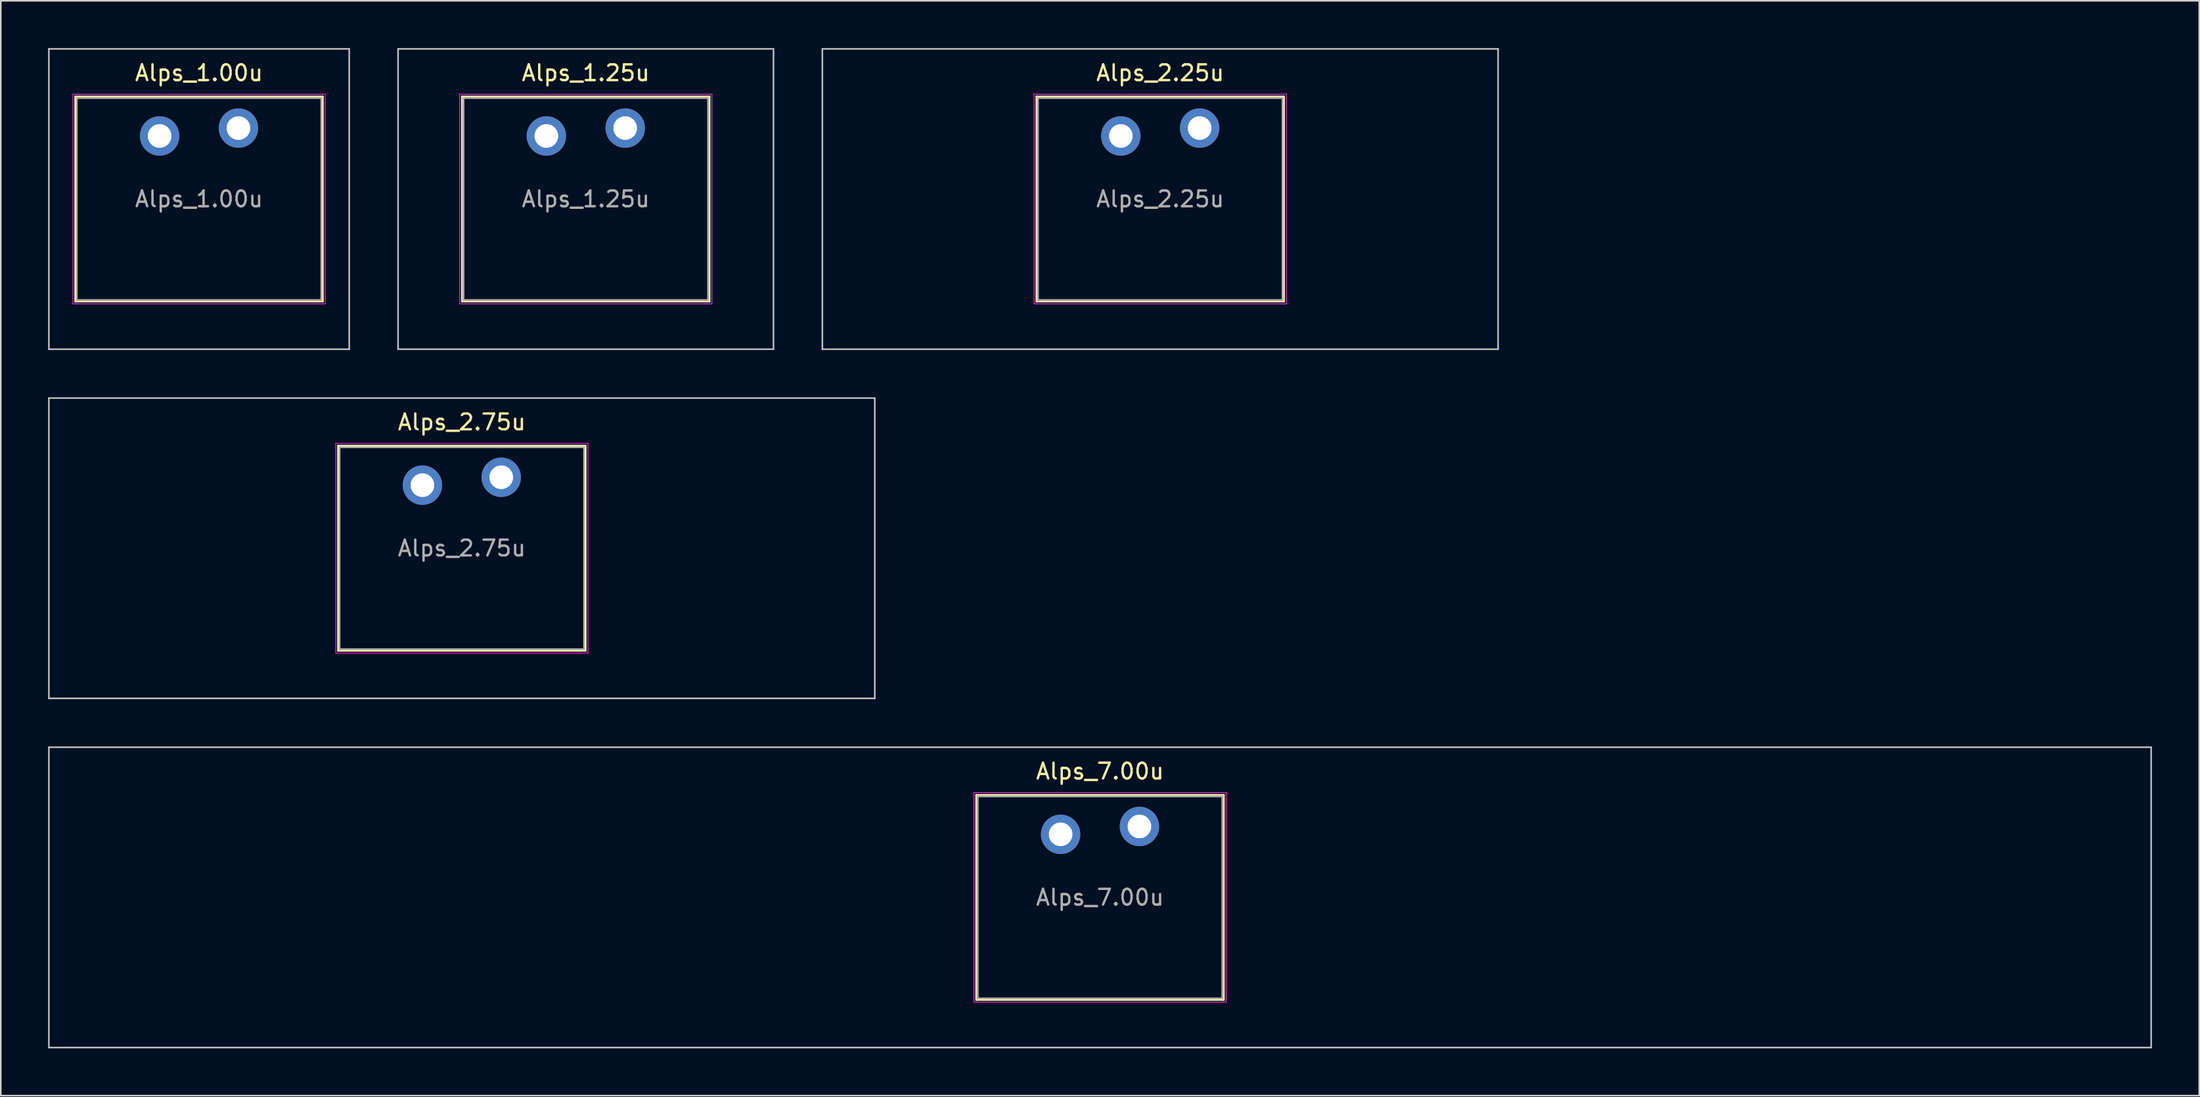
<source format=kicad_pcb>
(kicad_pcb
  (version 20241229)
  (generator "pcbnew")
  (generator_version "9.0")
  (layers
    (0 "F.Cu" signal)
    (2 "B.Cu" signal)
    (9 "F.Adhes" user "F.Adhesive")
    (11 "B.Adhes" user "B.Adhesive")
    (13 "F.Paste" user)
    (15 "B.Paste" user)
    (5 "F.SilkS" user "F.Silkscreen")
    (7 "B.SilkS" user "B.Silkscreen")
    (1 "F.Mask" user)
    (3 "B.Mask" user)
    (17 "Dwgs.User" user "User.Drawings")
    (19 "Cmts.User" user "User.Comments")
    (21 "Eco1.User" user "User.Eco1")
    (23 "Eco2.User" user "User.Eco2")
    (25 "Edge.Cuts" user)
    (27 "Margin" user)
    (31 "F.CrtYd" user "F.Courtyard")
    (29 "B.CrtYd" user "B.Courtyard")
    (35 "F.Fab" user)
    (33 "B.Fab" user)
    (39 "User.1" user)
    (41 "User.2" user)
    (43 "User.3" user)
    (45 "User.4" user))
  (footprint "Alps_1.00u"
    (layer "F.Cu")
    (at 9.575 9.575)
    (property "Reference" "Alps_1.00u" (at 0 -8 0) (layer "F.SilkS") (effects (font (size 1 1) (thickness 0.15))))
    (attr through_hole)
    (fp_line (start -7.85 -6.5) (end -7.85 6.5) (stroke (width 0.12) (type solid)) (layer "F.SilkS"))
    (fp_line (start -7.85 6.5) (end 7.85 6.5) (stroke (width 0.12) (type solid)) (layer "F.SilkS"))
    (fp_line (start 7.85 -6.5) (end -7.85 -6.5) (stroke (width 0.12) (type solid)) (layer "F.SilkS"))
    (fp_line (start 7.85 6.5) (end 7.85 -6.5) (stroke (width 0.12) (type solid)) (layer "F.SilkS"))
    (fp_line (start -9.525 -9.525) (end -9.525 9.525) (stroke (width 0.1) (type solid)) (layer "Dwgs.User"))
    (fp_line (start -9.525 9.525) (end 9.525 9.525) (stroke (width 0.1) (type solid)) (layer "Dwgs.User"))
    (fp_line (start 9.525 -9.525) (end -9.525 -9.525) (stroke (width 0.1) (type solid)) (layer "Dwgs.User"))
    (fp_line (start 9.525 9.525) (end 9.525 -9.525) (stroke (width 0.1) (type solid)) (layer "Dwgs.User"))
    (fp_line (start -7.75 -6.4) (end -7.75 6.4) (stroke (width 0.1) (type solid)) (layer "Eco1.User"))
    (fp_line (start -7.75 6.4) (end 7.75 6.4) (stroke (width 0.1) (type solid)) (layer "Eco1.User"))
    (fp_line (start 7.75 -6.4) (end -7.75 -6.4) (stroke (width 0.1) (type solid)) (layer "Eco1.User"))
    (fp_line (start 7.75 6.4) (end 7.75 -6.4) (stroke (width 0.1) (type solid)) (layer "Eco1.User"))
    (fp_line (start -8 -6.65) (end -8 6.65) (stroke (width 0.05) (type solid)) (layer "F.CrtYd"))
    (fp_line (start -8 6.65) (end 8 6.65) (stroke (width 0.05) (type solid)) (layer "F.CrtYd"))
    (fp_line (start 8 -6.65) (end -8 -6.65) (stroke (width 0.05) (type solid)) (layer "F.CrtYd"))
    (fp_line (start 8 6.65) (end 8 -6.65) (stroke (width 0.05) (type solid)) (layer "F.CrtYd"))
    (fp_line (start -7.75 -6.4) (end -7.75 6.4) (stroke (width 0.1) (type solid)) (layer "F.Fab"))
    (fp_line (start -7.75 6.4) (end 7.75 6.4) (stroke (width 0.1) (type solid)) (layer "F.Fab"))
    (fp_line (start 7.75 -6.4) (end -7.75 -6.4) (stroke (width 0.1) (type solid)) (layer "F.Fab"))
    (fp_line (start 7.75 6.4) (end 7.75 -6.4) (stroke (width 0.1) (type solid)) (layer "F.Fab"))
    (fp_text user "${REFERENCE}" (at 0 0 0) (layer "F.Fab") (effects (font (size 1 1) (thickness 0.15))))
    (pad "1" thru_hole circle (at -2.5 -4) (size 2.5 2.5) (drill 1.5) (layers "*.Cu" "*.Mask"))
    (pad "2" thru_hole circle (at 2.5 -4.5) (size 2.5 2.5) (drill 1.5) (layers "*.Cu" "*.Mask")))
  (footprint "Alps_1.25u"
    (layer "F.Cu")
    (at 34.106 9.575)
    (property "Reference" "Alps_1.25u" (at 0 -8 0) (layer "F.SilkS") (effects (font (size 1 1) (thickness 0.15))))
    (attr through_hole)
    (fp_line (start -7.85 -6.5) (end -7.85 6.5) (stroke (width 0.12) (type solid)) (layer "F.SilkS"))
    (fp_line (start -7.85 6.5) (end 7.85 6.5) (stroke (width 0.12) (type solid)) (layer "F.SilkS"))
    (fp_line (start 7.85 -6.5) (end -7.85 -6.5) (stroke (width 0.12) (type solid)) (layer "F.SilkS"))
    (fp_line (start 7.85 6.5) (end 7.85 -6.5) (stroke (width 0.12) (type solid)) (layer "F.SilkS"))
    (fp_line (start -11.906 -9.525) (end -11.906 9.525) (stroke (width 0.1) (type solid)) (layer "Dwgs.User"))
    (fp_line (start -11.906 9.525) (end 11.906 9.525) (stroke (width 0.1) (type solid)) (layer "Dwgs.User"))
    (fp_line (start 11.906 -9.525) (end -11.906 -9.525) (stroke (width 0.1) (type solid)) (layer "Dwgs.User"))
    (fp_line (start 11.906 9.525) (end 11.906 -9.525) (stroke (width 0.1) (type solid)) (layer "Dwgs.User"))
    (fp_line (start -7.75 -6.4) (end -7.75 6.4) (stroke (width 0.1) (type solid)) (layer "Eco1.User"))
    (fp_line (start -7.75 6.4) (end 7.75 6.4) (stroke (width 0.1) (type solid)) (layer "Eco1.User"))
    (fp_line (start 7.75 -6.4) (end -7.75 -6.4) (stroke (width 0.1) (type solid)) (layer "Eco1.User"))
    (fp_line (start 7.75 6.4) (end 7.75 -6.4) (stroke (width 0.1) (type solid)) (layer "Eco1.User"))
    (fp_line (start -8 -6.65) (end -8 6.65) (stroke (width 0.05) (type solid)) (layer "F.CrtYd"))
    (fp_line (start -8 6.65) (end 8 6.65) (stroke (width 0.05) (type solid)) (layer "F.CrtYd"))
    (fp_line (start 8 -6.65) (end -8 -6.65) (stroke (width 0.05) (type solid)) (layer "F.CrtYd"))
    (fp_line (start 8 6.65) (end 8 -6.65) (stroke (width 0.05) (type solid)) (layer "F.CrtYd"))
    (fp_line (start -7.75 -6.4) (end -7.75 6.4) (stroke (width 0.1) (type solid)) (layer "F.Fab"))
    (fp_line (start -7.75 6.4) (end 7.75 6.4) (stroke (width 0.1) (type solid)) (layer "F.Fab"))
    (fp_line (start 7.75 -6.4) (end -7.75 -6.4) (stroke (width 0.1) (type solid)) (layer "F.Fab"))
    (fp_line (start 7.75 6.4) (end 7.75 -6.4) (stroke (width 0.1) (type solid)) (layer "F.Fab"))
    (fp_text user "${REFERENCE}" (at 0 0 0) (layer "F.Fab") (effects (font (size 1 1) (thickness 0.15))))
    (pad "1" thru_hole circle (at -2.5 -4) (size 2.5 2.5) (drill 1.5) (layers "*.Cu" "*.Mask"))
    (pad "2" thru_hole circle (at 2.5 -4.5) (size 2.5 2.5) (drill 1.5) (layers "*.Cu" "*.Mask")))
  (footprint "Alps_2.25u"
    (layer "F.Cu")
    (at 70.544 9.575)
    (property "Reference" "Alps_2.25u" (at 0 -8 0) (layer "F.SilkS") (effects (font (size 1 1) (thickness 0.15))))
    (attr through_hole)
    (fp_line (start -7.85 -6.5) (end -7.85 6.5) (stroke (width 0.12) (type solid)) (layer "F.SilkS"))
    (fp_line (start -7.85 6.5) (end 7.85 6.5) (stroke (width 0.12) (type solid)) (layer "F.SilkS"))
    (fp_line (start 7.85 -6.5) (end -7.85 -6.5) (stroke (width 0.12) (type solid)) (layer "F.SilkS"))
    (fp_line (start 7.85 6.5) (end 7.85 -6.5) (stroke (width 0.12) (type solid)) (layer "F.SilkS"))
    (fp_line (start -21.431 -9.525) (end -21.431 9.525) (stroke (width 0.1) (type solid)) (layer "Dwgs.User"))
    (fp_line (start -21.431 9.525) (end 21.431 9.525) (stroke (width 0.1) (type solid)) (layer "Dwgs.User"))
    (fp_line (start 21.431 -9.525) (end -21.431 -9.525) (stroke (width 0.1) (type solid)) (layer "Dwgs.User"))
    (fp_line (start 21.431 9.525) (end 21.431 -9.525) (stroke (width 0.1) (type solid)) (layer "Dwgs.User"))
    (fp_line (start -7.75 -6.4) (end -7.75 6.4) (stroke (width 0.1) (type solid)) (layer "Eco1.User"))
    (fp_line (start -7.75 6.4) (end 7.75 6.4) (stroke (width 0.1) (type solid)) (layer "Eco1.User"))
    (fp_line (start 7.75 -6.4) (end -7.75 -6.4) (stroke (width 0.1) (type solid)) (layer "Eco1.User"))
    (fp_line (start 7.75 6.4) (end 7.75 -6.4) (stroke (width 0.1) (type solid)) (layer "Eco1.User"))
    (fp_line (start -8 -6.65) (end -8 6.65) (stroke (width 0.05) (type solid)) (layer "F.CrtYd"))
    (fp_line (start -8 6.65) (end 8 6.65) (stroke (width 0.05) (type solid)) (layer "F.CrtYd"))
    (fp_line (start 8 -6.65) (end -8 -6.65) (stroke (width 0.05) (type solid)) (layer "F.CrtYd"))
    (fp_line (start 8 6.65) (end 8 -6.65) (stroke (width 0.05) (type solid)) (layer "F.CrtYd"))
    (fp_line (start -7.75 -6.4) (end -7.75 6.4) (stroke (width 0.1) (type solid)) (layer "F.Fab"))
    (fp_line (start -7.75 6.4) (end 7.75 6.4) (stroke (width 0.1) (type solid)) (layer "F.Fab"))
    (fp_line (start 7.75 -6.4) (end -7.75 -6.4) (stroke (width 0.1) (type solid)) (layer "F.Fab"))
    (fp_line (start 7.75 6.4) (end 7.75 -6.4) (stroke (width 0.1) (type solid)) (layer "F.Fab"))
    (fp_text user "${REFERENCE}" (at 0 0 0) (layer "F.Fab") (effects (font (size 1 1) (thickness 0.15))))
    (pad "1" thru_hole circle (at -2.5 -4) (size 2.5 2.5) (drill 1.5) (layers "*.Cu" "*.Mask"))
    (pad "2" thru_hole circle (at 2.5 -4.5) (size 2.5 2.5) (drill 1.5) (layers "*.Cu" "*.Mask")))
  (footprint "Alps_2.75u"
    (layer "F.Cu")
    (at 26.244 31.725)
    (property "Reference" "Alps_2.75u" (at 0 -8 0) (layer "F.SilkS") (effects (font (size 1 1) (thickness 0.15))))
    (attr through_hole)
    (fp_line (start -7.85 -6.5) (end -7.85 6.5) (stroke (width 0.12) (type solid)) (layer "F.SilkS"))
    (fp_line (start -7.85 6.5) (end 7.85 6.5) (stroke (width 0.12) (type solid)) (layer "F.SilkS"))
    (fp_line (start 7.85 -6.5) (end -7.85 -6.5) (stroke (width 0.12) (type solid)) (layer "F.SilkS"))
    (fp_line (start 7.85 6.5) (end 7.85 -6.5) (stroke (width 0.12) (type solid)) (layer "F.SilkS"))
    (fp_line (start -26.194 -9.525) (end -26.194 9.525) (stroke (width 0.1) (type solid)) (layer "Dwgs.User"))
    (fp_line (start -26.194 9.525) (end 26.194 9.525) (stroke (width 0.1) (type solid)) (layer "Dwgs.User"))
    (fp_line (start 26.194 -9.525) (end -26.194 -9.525) (stroke (width 0.1) (type solid)) (layer "Dwgs.User"))
    (fp_line (start 26.194 9.525) (end 26.194 -9.525) (stroke (width 0.1) (type solid)) (layer "Dwgs.User"))
    (fp_line (start -7.75 -6.4) (end -7.75 6.4) (stroke (width 0.1) (type solid)) (layer "Eco1.User"))
    (fp_line (start -7.75 6.4) (end 7.75 6.4) (stroke (width 0.1) (type solid)) (layer "Eco1.User"))
    (fp_line (start 7.75 -6.4) (end -7.75 -6.4) (stroke (width 0.1) (type solid)) (layer "Eco1.User"))
    (fp_line (start 7.75 6.4) (end 7.75 -6.4) (stroke (width 0.1) (type solid)) (layer "Eco1.User"))
    (fp_line (start -8 -6.65) (end -8 6.65) (stroke (width 0.05) (type solid)) (layer "F.CrtYd"))
    (fp_line (start -8 6.65) (end 8 6.65) (stroke (width 0.05) (type solid)) (layer "F.CrtYd"))
    (fp_line (start 8 -6.65) (end -8 -6.65) (stroke (width 0.05) (type solid)) (layer "F.CrtYd"))
    (fp_line (start 8 6.65) (end 8 -6.65) (stroke (width 0.05) (type solid)) (layer "F.CrtYd"))
    (fp_line (start -7.75 -6.4) (end -7.75 6.4) (stroke (width 0.1) (type solid)) (layer "F.Fab"))
    (fp_line (start -7.75 6.4) (end 7.75 6.4) (stroke (width 0.1) (type solid)) (layer "F.Fab"))
    (fp_line (start 7.75 -6.4) (end -7.75 -6.4) (stroke (width 0.1) (type solid)) (layer "F.Fab"))
    (fp_line (start 7.75 6.4) (end 7.75 -6.4) (stroke (width 0.1) (type solid)) (layer "F.Fab"))
    (fp_text user "${REFERENCE}" (at 0 0 0) (layer "F.Fab") (effects (font (size 1 1) (thickness 0.15))))
    (pad "1" thru_hole circle (at -2.5 -4) (size 2.5 2.5) (drill 1.5) (layers "*.Cu" "*.Mask"))
    (pad "2" thru_hole circle (at 2.5 -4.5) (size 2.5 2.5) (drill 1.5) (layers "*.Cu" "*.Mask")))
  (footprint "Alps_7.00u"
    (layer "F.Cu")
    (at 66.725 53.875)
    (property "Reference" "Alps_7.00u" (at 0 -8 0) (layer "F.SilkS") (effects (font (size 1 1) (thickness 0.15))))
    (attr through_hole)
    (fp_line (start -7.85 -6.5) (end -7.85 6.5) (stroke (width 0.12) (type solid)) (layer "F.SilkS"))
    (fp_line (start -7.85 6.5) (end 7.85 6.5) (stroke (width 0.12) (type solid)) (layer "F.SilkS"))
    (fp_line (start 7.85 -6.5) (end -7.85 -6.5) (stroke (width 0.12) (type solid)) (layer "F.SilkS"))
    (fp_line (start 7.85 6.5) (end 7.85 -6.5) (stroke (width 0.12) (type solid)) (layer "F.SilkS"))
    (fp_line (start -66.675 -9.525) (end -66.675 9.525) (stroke (width 0.1) (type solid)) (layer "Dwgs.User"))
    (fp_line (start -66.675 9.525) (end 66.675 9.525) (stroke (width 0.1) (type solid)) (layer "Dwgs.User"))
    (fp_line (start 66.675 -9.525) (end -66.675 -9.525) (stroke (width 0.1) (type solid)) (layer "Dwgs.User"))
    (fp_line (start 66.675 9.525) (end 66.675 -9.525) (stroke (width 0.1) (type solid)) (layer "Dwgs.User"))
    (fp_line (start -7.75 -6.4) (end -7.75 6.4) (stroke (width 0.1) (type solid)) (layer "Eco1.User"))
    (fp_line (start -7.75 6.4) (end 7.75 6.4) (stroke (width 0.1) (type solid)) (layer "Eco1.User"))
    (fp_line (start 7.75 -6.4) (end -7.75 -6.4) (stroke (width 0.1) (type solid)) (layer "Eco1.User"))
    (fp_line (start 7.75 6.4) (end 7.75 -6.4) (stroke (width 0.1) (type solid)) (layer "Eco1.User"))
    (fp_line (start -8 -6.65) (end -8 6.65) (stroke (width 0.05) (type solid)) (layer "F.CrtYd"))
    (fp_line (start -8 6.65) (end 8 6.65) (stroke (width 0.05) (type solid)) (layer "F.CrtYd"))
    (fp_line (start 8 -6.65) (end -8 -6.65) (stroke (width 0.05) (type solid)) (layer "F.CrtYd"))
    (fp_line (start 8 6.65) (end 8 -6.65) (stroke (width 0.05) (type solid)) (layer "F.CrtYd"))
    (fp_line (start -7.75 -6.4) (end -7.75 6.4) (stroke (width 0.1) (type solid)) (layer "F.Fab"))
    (fp_line (start -7.75 6.4) (end 7.75 6.4) (stroke (width 0.1) (type solid)) (layer "F.Fab"))
    (fp_line (start 7.75 -6.4) (end -7.75 -6.4) (stroke (width 0.1) (type solid)) (layer "F.Fab"))
    (fp_line (start 7.75 6.4) (end 7.75 -6.4) (stroke (width 0.1) (type solid)) (layer "F.Fab"))
    (fp_text user "${REFERENCE}" (at 0 0 0) (layer "F.Fab") (effects (font (size 1 1) (thickness 0.15))))
    (pad "1" thru_hole circle (at -2.5 -4) (size 2.5 2.5) (drill 1.5) (layers "*.Cu" "*.Mask"))
    (pad "2" thru_hole circle (at 2.5 -4.5) (size 2.5 2.5) (drill 1.5) (layers "*.Cu" "*.Mask")))
  (gr_rect
    (start -3 -3)
    (end 136.45 66.45)
    (stroke (width 0.1) (type default))
    (fill no)
    (layer "Edge.Cuts")))
</source>
